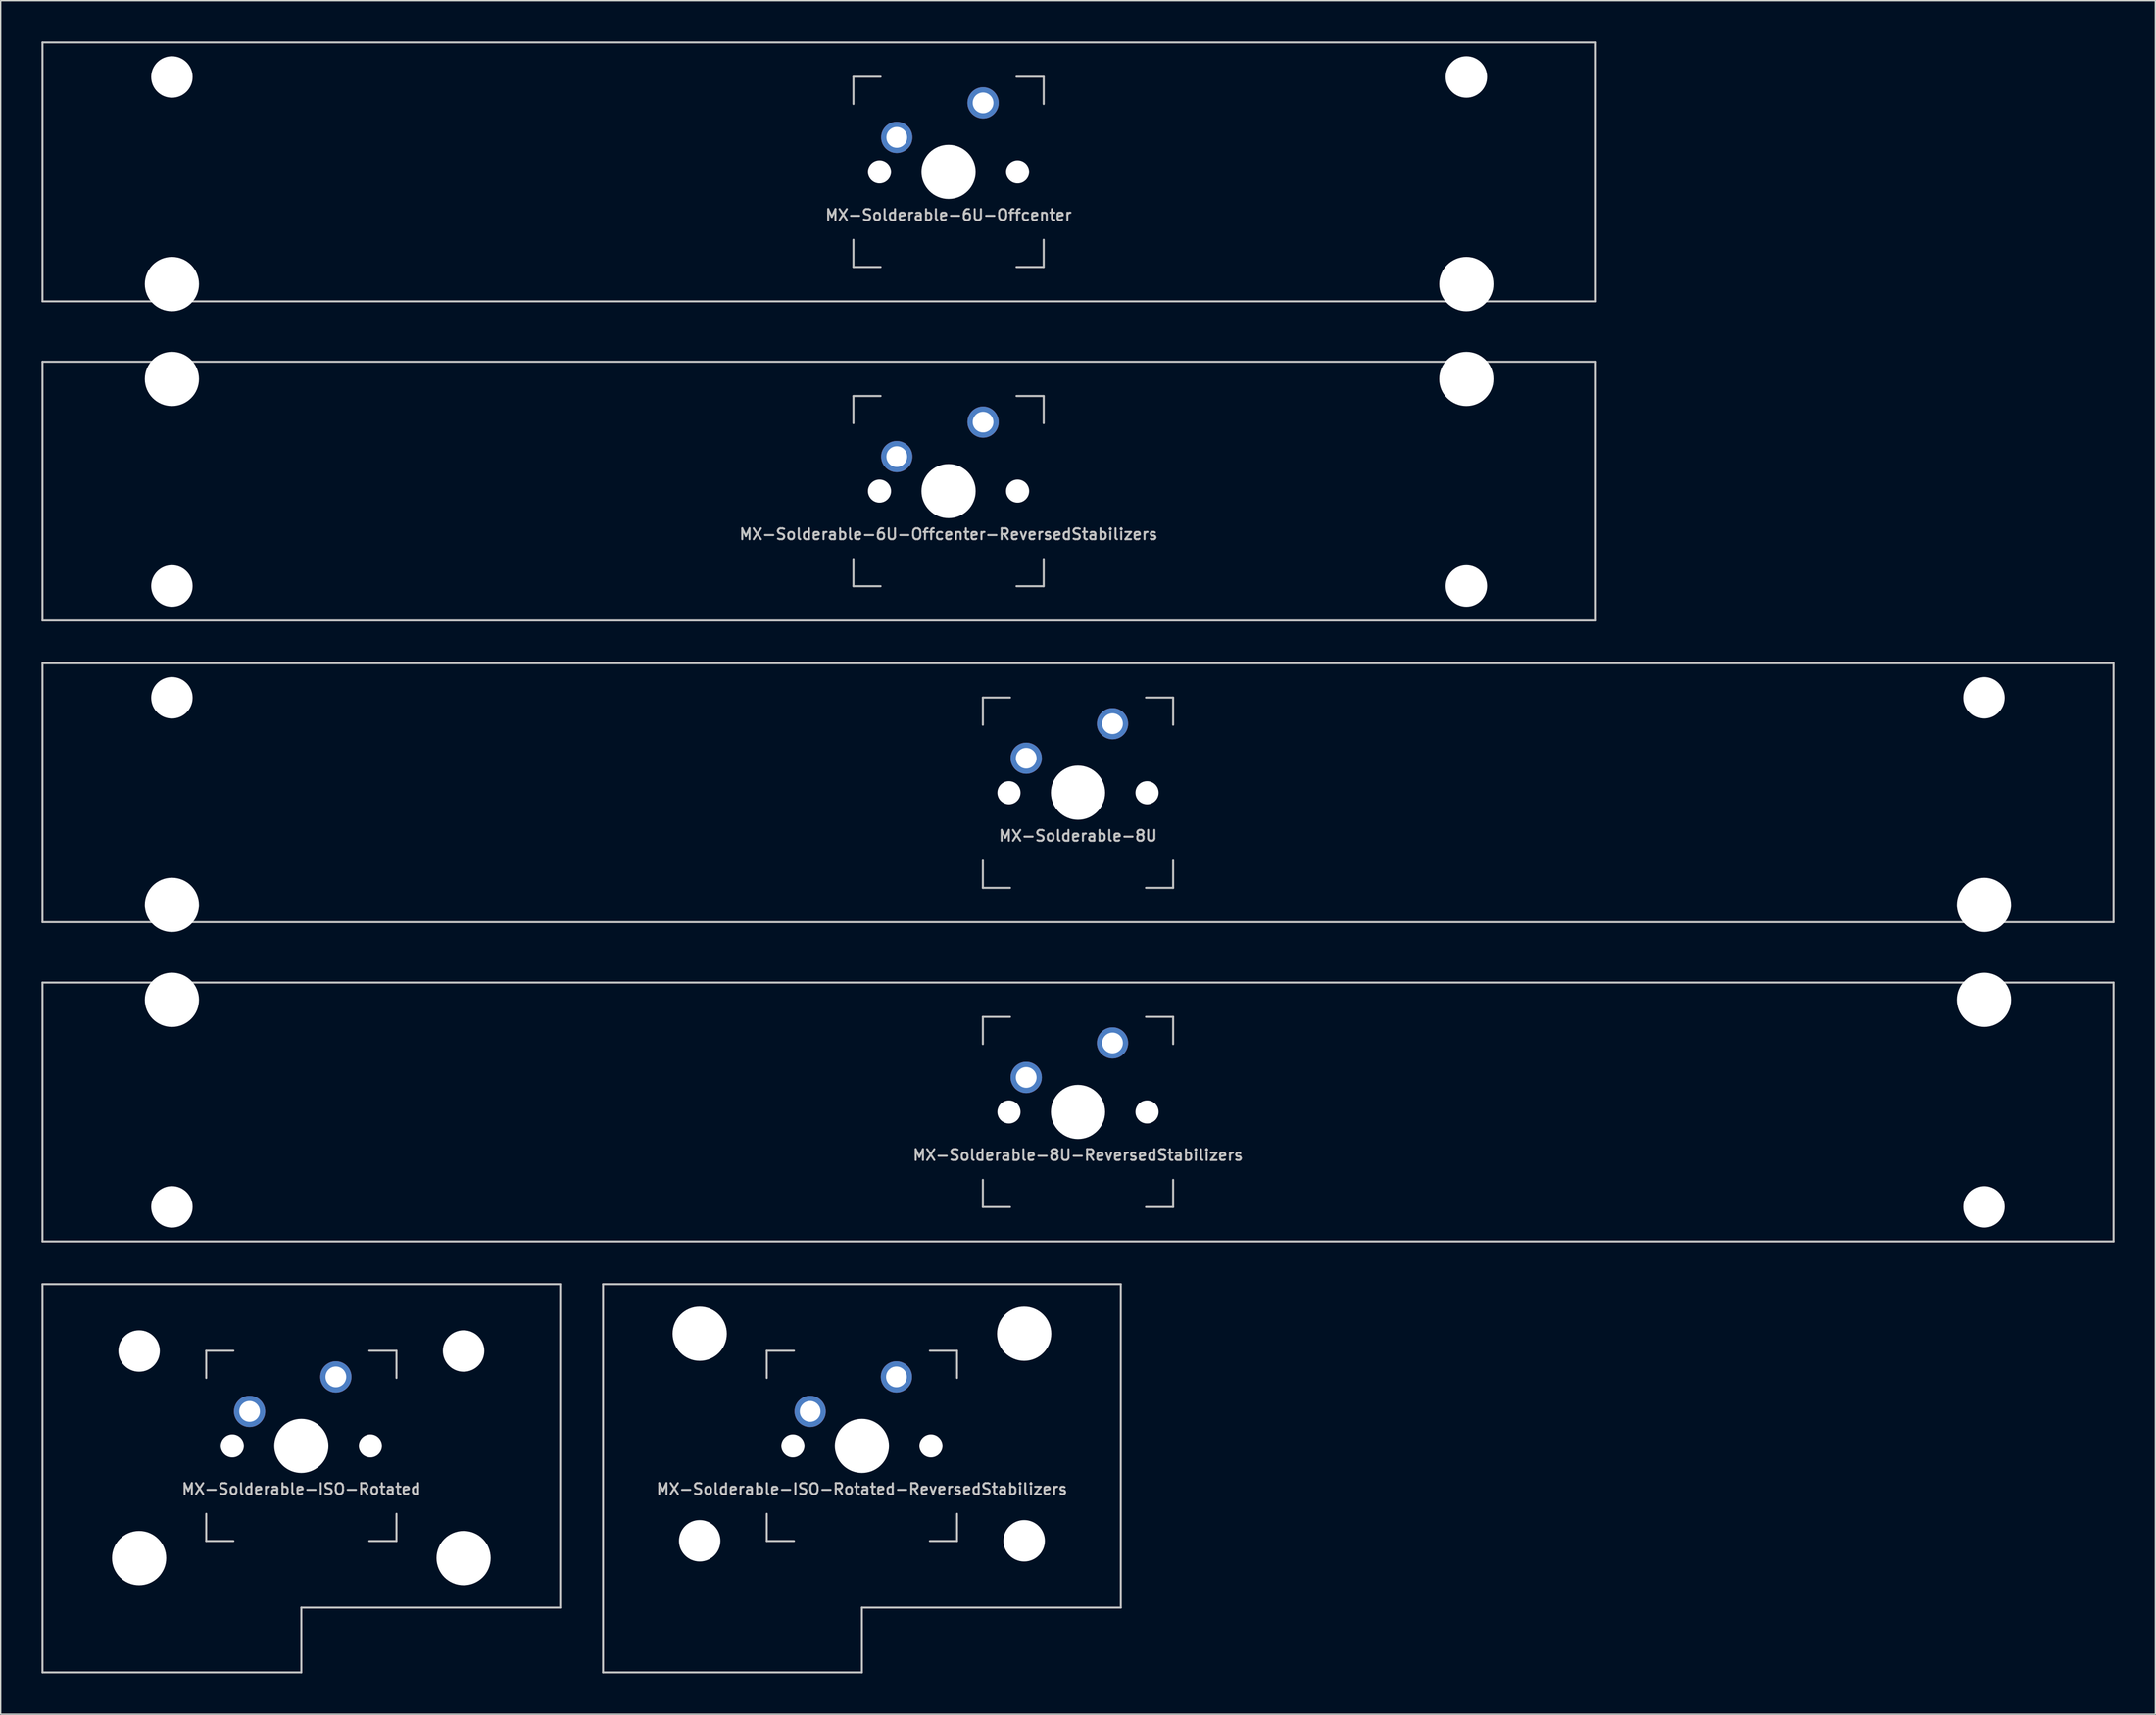
<source format=kicad_pcb>
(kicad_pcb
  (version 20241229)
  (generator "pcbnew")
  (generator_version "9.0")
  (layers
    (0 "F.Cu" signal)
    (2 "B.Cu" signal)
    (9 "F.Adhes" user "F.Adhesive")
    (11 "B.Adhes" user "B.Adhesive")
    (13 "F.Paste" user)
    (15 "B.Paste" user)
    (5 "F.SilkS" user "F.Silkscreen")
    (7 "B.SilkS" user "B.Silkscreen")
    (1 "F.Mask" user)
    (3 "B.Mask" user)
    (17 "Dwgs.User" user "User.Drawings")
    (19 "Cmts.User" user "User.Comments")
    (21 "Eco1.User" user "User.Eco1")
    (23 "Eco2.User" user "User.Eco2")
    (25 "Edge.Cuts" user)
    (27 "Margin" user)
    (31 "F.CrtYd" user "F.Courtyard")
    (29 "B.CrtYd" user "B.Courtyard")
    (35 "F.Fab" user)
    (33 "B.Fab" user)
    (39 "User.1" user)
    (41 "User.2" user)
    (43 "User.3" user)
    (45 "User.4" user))
  (footprint "MX-Solderable-8U"
    (layer "F.Cu")
    (at 76.275 55.298)
    (property "Reference" "MX-Solderable-8U" (at 0 3.175 0) (layer "Dwgs.User") (effects (font (size 0.8 0.8) (thickness 0.15))))
    (attr through_hole)
    (fp_line (start -76.2 9.525) (end -76.2 -9.525) (stroke (width 0.15) (type solid)) (layer "Dwgs.User"))
    (fp_line (start -7 -7) (end -7 -5) (stroke (width 0.15) (type solid)) (layer "Dwgs.User"))
    (fp_line (start -7 5) (end -7 7) (stroke (width 0.15) (type solid)) (layer "Dwgs.User"))
    (fp_line (start -7 7) (end -5 7) (stroke (width 0.15) (type solid)) (layer "Dwgs.User"))
    (fp_line (start -5 -7) (end -7 -7) (stroke (width 0.15) (type solid)) (layer "Dwgs.User"))
    (fp_line (start 5 -7) (end 7 -7) (stroke (width 0.15) (type solid)) (layer "Dwgs.User"))
    (fp_line (start 5 7) (end 7 7) (stroke (width 0.15) (type solid)) (layer "Dwgs.User"))
    (fp_line (start 7 -7) (end 7 -5) (stroke (width 0.15) (type solid)) (layer "Dwgs.User"))
    (fp_line (start 7 7) (end 7 5) (stroke (width 0.15) (type solid)) (layer "Dwgs.User"))
    (fp_line (start 76.2 -9.525) (end -76.2 -9.525) (stroke (width 0.15) (type solid)) (layer "Dwgs.User"))
    (fp_line (start 76.2 9.525) (end -76.2 9.525) (stroke (width 0.15) (type solid)) (layer "Dwgs.User"))
    (fp_line (start 76.2 9.525) (end 76.2 -9.525) (stroke (width 0.15) (type solid)) (layer "Dwgs.User"))
    (pad "" np_thru_hole circle (at -66.675 -6.985) (size 3.048 3.048) (drill 3.048) (layers "*.Cu" "*.Mask"))
    (pad "" np_thru_hole circle (at -66.675 8.255) (size 3.988 3.988) (drill 3.988) (layers "*.Cu" "*.Mask"))
    (pad "" np_thru_hole circle (at -5.08 0 48.099) (size 1.702 1.702) (drill 1.702) (layers "*.Cu" "*.Mask"))
    (pad "" np_thru_hole circle (at 0 0) (size 3.988 3.988) (drill 3.988) (layers "*.Cu" "*.Mask"))
    (pad "" np_thru_hole circle (at 5.08 0 48.099) (size 1.702 1.702) (drill 1.702) (layers "*.Cu" "*.Mask"))
    (pad "" np_thru_hole circle (at 66.675 -6.985) (size 3.048 3.048) (drill 3.048) (layers "*.Cu" "*.Mask"))
    (pad "" np_thru_hole circle (at 66.675 8.255) (size 3.988 3.988) (drill 3.988) (layers "*.Cu" "*.Mask"))
    (pad "1" thru_hole circle (at -3.81 -2.54) (size 2.3 2.3) (drill 1.524) (layers "*.Cu" "B.Mask"))
    (pad "2" thru_hole circle (at 2.54 -5.08) (size 2.3 2.3) (drill 1.524) (layers "*.Cu" "B.Mask")))
  (footprint "MX-Solderable-8U-ReversedStabilizers"
    (layer "F.Cu")
    (at 76.275 78.796)
    (property "Reference" "MX-Solderable-8U-ReversedStabilizers" (at 0 3.175 0) (layer "Dwgs.User") (effects (font (size 0.8 0.8) (thickness 0.15))))
    (attr through_hole)
    (fp_line (start -76.2 9.525) (end -76.2 -9.525) (stroke (width 0.15) (type solid)) (layer "Dwgs.User"))
    (fp_line (start -7 -7) (end -7 -5) (stroke (width 0.15) (type solid)) (layer "Dwgs.User"))
    (fp_line (start -7 5) (end -7 7) (stroke (width 0.15) (type solid)) (layer "Dwgs.User"))
    (fp_line (start -7 7) (end -5 7) (stroke (width 0.15) (type solid)) (layer "Dwgs.User"))
    (fp_line (start -5 -7) (end -7 -7) (stroke (width 0.15) (type solid)) (layer "Dwgs.User"))
    (fp_line (start 5 -7) (end 7 -7) (stroke (width 0.15) (type solid)) (layer "Dwgs.User"))
    (fp_line (start 5 7) (end 7 7) (stroke (width 0.15) (type solid)) (layer "Dwgs.User"))
    (fp_line (start 7 -7) (end 7 -5) (stroke (width 0.15) (type solid)) (layer "Dwgs.User"))
    (fp_line (start 7 7) (end 7 5) (stroke (width 0.15) (type solid)) (layer "Dwgs.User"))
    (fp_line (start 76.2 -9.525) (end -76.2 -9.525) (stroke (width 0.15) (type solid)) (layer "Dwgs.User"))
    (fp_line (start 76.2 9.525) (end -76.2 9.525) (stroke (width 0.15) (type solid)) (layer "Dwgs.User"))
    (fp_line (start 76.2 9.525) (end 76.2 -9.525) (stroke (width 0.15) (type solid)) (layer "Dwgs.User"))
    (pad "" np_thru_hole circle (at -66.675 -8.255) (size 3.988 3.988) (drill 3.988) (layers "*.Cu" "*.Mask"))
    (pad "" np_thru_hole circle (at -66.675 6.985) (size 3.048 3.048) (drill 3.048) (layers "*.Cu" "*.Mask"))
    (pad "" np_thru_hole circle (at -5.08 0 48.099) (size 1.702 1.702) (drill 1.702) (layers "*.Cu" "*.Mask"))
    (pad "" np_thru_hole circle (at 0 0) (size 3.988 3.988) (drill 3.988) (layers "*.Cu" "*.Mask"))
    (pad "" np_thru_hole circle (at 5.08 0 48.099) (size 1.702 1.702) (drill 1.702) (layers "*.Cu" "*.Mask"))
    (pad "" np_thru_hole circle (at 66.675 -8.255) (size 3.988 3.988) (drill 3.988) (layers "*.Cu" "*.Mask"))
    (pad "" np_thru_hole circle (at 66.675 6.985) (size 3.048 3.048) (drill 3.048) (layers "*.Cu" "*.Mask"))
    (pad "1" thru_hole circle (at -3.81 -2.54) (size 2.3 2.3) (drill 1.524) (layers "*.Cu" "B.Mask"))
    (pad "2" thru_hole circle (at 2.54 -5.08) (size 2.3 2.3) (drill 1.524) (layers "*.Cu" "B.Mask")))
  (footprint "MX-Solderable-6U-Offcenter"
    (layer "F.Cu")
    (at 66.75 9.6)
    (property "Reference" "MX-Solderable-6U-Offcenter" (at 0 3.175 0) (layer "Dwgs.User") (effects (font (size 0.8 0.8) (thickness 0.15))))
    (attr through_hole)
    (fp_line (start -66.675 -9.525) (end 47.625 -9.525) (stroke (width 0.15) (type solid)) (layer "Dwgs.User"))
    (fp_line (start -66.675 9.525) (end -66.675 -9.525) (stroke (width 0.15) (type solid)) (layer "Dwgs.User"))
    (fp_line (start -66.675 9.525) (end 47.625 9.525) (stroke (width 0.15) (type solid)) (layer "Dwgs.User"))
    (fp_line (start -7 -7) (end -7 -5) (stroke (width 0.15) (type solid)) (layer "Dwgs.User"))
    (fp_line (start -7 5) (end -7 7) (stroke (width 0.15) (type solid)) (layer "Dwgs.User"))
    (fp_line (start -7 7) (end -5 7) (stroke (width 0.15) (type solid)) (layer "Dwgs.User"))
    (fp_line (start -5 -7) (end -7 -7) (stroke (width 0.15) (type solid)) (layer "Dwgs.User"))
    (fp_line (start 5 -7) (end 7 -7) (stroke (width 0.15) (type solid)) (layer "Dwgs.User"))
    (fp_line (start 5 7) (end 7 7) (stroke (width 0.15) (type solid)) (layer "Dwgs.User"))
    (fp_line (start 7 -7) (end 7 -5) (stroke (width 0.15) (type solid)) (layer "Dwgs.User"))
    (fp_line (start 7 7) (end 7 5) (stroke (width 0.15) (type solid)) (layer "Dwgs.User"))
    (fp_line (start 47.625 9.525) (end 47.625 -9.525) (stroke (width 0.15) (type solid)) (layer "Dwgs.User"))
    (pad "" np_thru_hole circle (at -57.15 -6.985) (size 3.048 3.048) (drill 3.048) (layers "*.Cu" "*.Mask"))
    (pad "" np_thru_hole circle (at -57.15 8.255) (size 3.988 3.988) (drill 3.988) (layers "*.Cu" "*.Mask"))
    (pad "" np_thru_hole circle (at -5.08 0 48.099) (size 1.702 1.702) (drill 1.702) (layers "*.Cu" "*.Mask"))
    (pad "" np_thru_hole circle (at 0 0) (size 3.988 3.988) (drill 3.988) (layers "*.Cu" "*.Mask"))
    (pad "" np_thru_hole circle (at 5.08 0 48.099) (size 1.702 1.702) (drill 1.702) (layers "*.Cu" "*.Mask"))
    (pad "" np_thru_hole circle (at 38.1 -6.985) (size 3.048 3.048) (drill 3.048) (layers "*.Cu" "*.Mask"))
    (pad "" np_thru_hole circle (at 38.1 8.255) (size 3.988 3.988) (drill 3.988) (layers "*.Cu" "*.Mask"))
    (pad "1" thru_hole circle (at -3.81 -2.54) (size 2.3 2.3) (drill 1.524) (layers "*.Cu" "B.Mask"))
    (pad "2" thru_hole circle (at 2.54 -5.08) (size 2.3 2.3) (drill 1.524) (layers "*.Cu" "B.Mask")))
  (footprint "MX-Solderable-ISO-Rotated"
    (layer "F.Cu")
    (at 19.125 103.377)
    (property "Reference" "MX-Solderable-ISO-Rotated" (at 0 3.175 0) (layer "Dwgs.User") (effects (font (size 0.8 0.8) (thickness 0.15))))
    (attr through_hole)
    (fp_line (start -19.05 -11.906) (end 19.05 -11.906) (stroke (width 0.15) (type solid)) (layer "Dwgs.User"))
    (fp_line (start -19.05 16.669) (end -19.05 -11.906) (stroke (width 0.15) (type solid)) (layer "Dwgs.User"))
    (fp_line (start -19.05 16.669) (end 0 16.669) (stroke (width 0.15) (type solid)) (layer "Dwgs.User"))
    (fp_line (start -7 -7) (end -7 -5) (stroke (width 0.15) (type solid)) (layer "Dwgs.User"))
    (fp_line (start -7 5) (end -7 7) (stroke (width 0.15) (type solid)) (layer "Dwgs.User"))
    (fp_line (start -7 7) (end -5 7) (stroke (width 0.15) (type solid)) (layer "Dwgs.User"))
    (fp_line (start -5 -7) (end -7 -7) (stroke (width 0.15) (type solid)) (layer "Dwgs.User"))
    (fp_line (start 0 11.906) (end 0 16.669) (stroke (width 0.15) (type solid)) (layer "Dwgs.User"))
    (fp_line (start 5 -7) (end 7 -7) (stroke (width 0.15) (type solid)) (layer "Dwgs.User"))
    (fp_line (start 5 7) (end 7 7) (stroke (width 0.15) (type solid)) (layer "Dwgs.User"))
    (fp_line (start 7 -7) (end 7 -5) (stroke (width 0.15) (type solid)) (layer "Dwgs.User"))
    (fp_line (start 7 7) (end 7 5) (stroke (width 0.15) (type solid)) (layer "Dwgs.User"))
    (fp_line (start 19.05 11.906) (end 0 11.906) (stroke (width 0.15) (type solid)) (layer "Dwgs.User"))
    (fp_line (start 19.05 11.906) (end 19.05 -11.906) (stroke (width 0.15) (type solid)) (layer "Dwgs.User"))
    (pad "" np_thru_hole circle (at -11.938 -6.985) (size 3.048 3.048) (drill 3.048) (layers "*.Cu" "*.Mask"))
    (pad "" np_thru_hole circle (at -11.938 8.255) (size 3.988 3.988) (drill 3.988) (layers "*.Cu" "*.Mask"))
    (pad "" np_thru_hole circle (at -5.08 0 48.099) (size 1.702 1.702) (drill 1.702) (layers "*.Cu" "*.Mask"))
    (pad "" np_thru_hole circle (at 0 0) (size 3.988 3.988) (drill 3.988) (layers "*.Cu" "*.Mask"))
    (pad "" np_thru_hole circle (at 5.08 0 48.099) (size 1.702 1.702) (drill 1.702) (layers "*.Cu" "*.Mask"))
    (pad "" np_thru_hole circle (at 11.938 -6.985) (size 3.048 3.048) (drill 3.048) (layers "*.Cu" "*.Mask"))
    (pad "" np_thru_hole circle (at 11.938 8.255) (size 3.988 3.988) (drill 3.988) (layers "*.Cu" "*.Mask"))
    (pad "1" thru_hole circle (at -3.81 -2.54) (size 2.3 2.3) (drill 1.524) (layers "*.Cu" "B.Mask"))
    (pad "2" thru_hole circle (at 2.54 -5.08) (size 2.3 2.3) (drill 1.524) (layers "*.Cu" "B.Mask")))
  (footprint "MX-Solderable-6U-Offcenter-ReversedStabilizers"
    (layer "F.Cu")
    (at 66.75 33.098)
    (property "Reference" "MX-Solderable-6U-Offcenter-ReversedStabilizers" (at 0 3.175 0) (layer "Dwgs.User") (effects (font (size 0.8 0.8) (thickness 0.15))))
    (attr through_hole)
    (fp_line (start -66.675 -9.525) (end 47.625 -9.525) (stroke (width 0.15) (type solid)) (layer "Dwgs.User"))
    (fp_line (start -66.675 9.525) (end -66.675 -9.525) (stroke (width 0.15) (type solid)) (layer "Dwgs.User"))
    (fp_line (start -66.675 9.525) (end 47.625 9.525) (stroke (width 0.15) (type solid)) (layer "Dwgs.User"))
    (fp_line (start -7 -7) (end -7 -5) (stroke (width 0.15) (type solid)) (layer "Dwgs.User"))
    (fp_line (start -7 5) (end -7 7) (stroke (width 0.15) (type solid)) (layer "Dwgs.User"))
    (fp_line (start -7 7) (end -5 7) (stroke (width 0.15) (type solid)) (layer "Dwgs.User"))
    (fp_line (start -5 -7) (end -7 -7) (stroke (width 0.15) (type solid)) (layer "Dwgs.User"))
    (fp_line (start 5 -7) (end 7 -7) (stroke (width 0.15) (type solid)) (layer "Dwgs.User"))
    (fp_line (start 5 7) (end 7 7) (stroke (width 0.15) (type solid)) (layer "Dwgs.User"))
    (fp_line (start 7 -7) (end 7 -5) (stroke (width 0.15) (type solid)) (layer "Dwgs.User"))
    (fp_line (start 7 7) (end 7 5) (stroke (width 0.15) (type solid)) (layer "Dwgs.User"))
    (fp_line (start 47.625 9.525) (end 47.625 -9.525) (stroke (width 0.15) (type solid)) (layer "Dwgs.User"))
    (pad "" np_thru_hole circle (at -57.15 -8.255) (size 3.988 3.988) (drill 3.988) (layers "*.Cu" "*.Mask"))
    (pad "" np_thru_hole circle (at -57.15 6.985) (size 3.048 3.048) (drill 3.048) (layers "*.Cu" "*.Mask"))
    (pad "" np_thru_hole circle (at -5.08 0 48.099) (size 1.702 1.702) (drill 1.702) (layers "*.Cu" "*.Mask"))
    (pad "" np_thru_hole circle (at 0 0) (size 3.988 3.988) (drill 3.988) (layers "*.Cu" "*.Mask"))
    (pad "" np_thru_hole circle (at 5.08 0 48.099) (size 1.702 1.702) (drill 1.702) (layers "*.Cu" "*.Mask"))
    (pad "" np_thru_hole circle (at 38.1 -8.255) (size 3.988 3.988) (drill 3.988) (layers "*.Cu" "*.Mask"))
    (pad "" np_thru_hole circle (at 38.1 6.985) (size 3.048 3.048) (drill 3.048) (layers "*.Cu" "*.Mask"))
    (pad "1" thru_hole circle (at -3.81 -2.54) (size 2.3 2.3) (drill 1.524) (layers "*.Cu" "B.Mask"))
    (pad "2" thru_hole circle (at 2.54 -5.08) (size 2.3 2.3) (drill 1.524) (layers "*.Cu" "B.Mask")))
  (footprint "MX-Solderable-ISO-Rotated-ReversedStabilizers"
    (layer "F.Cu")
    (at 60.375 103.377)
    (property "Reference" "MX-Solderable-ISO-Rotated-ReversedStabilizers" (at 0 3.175 0) (layer "Dwgs.User") (effects (font (size 0.8 0.8) (thickness 0.15))))
    (attr through_hole)
    (fp_line (start -19.05 -11.906) (end 19.05 -11.906) (stroke (width 0.15) (type solid)) (layer "Dwgs.User"))
    (fp_line (start -19.05 16.669) (end -19.05 -11.906) (stroke (width 0.15) (type solid)) (layer "Dwgs.User"))
    (fp_line (start -19.05 16.669) (end 0 16.669) (stroke (width 0.15) (type solid)) (layer "Dwgs.User"))
    (fp_line (start -7 -7) (end -7 -5) (stroke (width 0.15) (type solid)) (layer "Dwgs.User"))
    (fp_line (start -7 5) (end -7 7) (stroke (width 0.15) (type solid)) (layer "Dwgs.User"))
    (fp_line (start -7 7) (end -5 7) (stroke (width 0.15) (type solid)) (layer "Dwgs.User"))
    (fp_line (start -5 -7) (end -7 -7) (stroke (width 0.15) (type solid)) (layer "Dwgs.User"))
    (fp_line (start 0 11.906) (end 0 16.669) (stroke (width 0.15) (type solid)) (layer "Dwgs.User"))
    (fp_line (start 5 -7) (end 7 -7) (stroke (width 0.15) (type solid)) (layer "Dwgs.User"))
    (fp_line (start 5 7) (end 7 7) (stroke (width 0.15) (type solid)) (layer "Dwgs.User"))
    (fp_line (start 7 -7) (end 7 -5) (stroke (width 0.15) (type solid)) (layer "Dwgs.User"))
    (fp_line (start 7 7) (end 7 5) (stroke (width 0.15) (type solid)) (layer "Dwgs.User"))
    (fp_line (start 19.05 11.906) (end 0 11.906) (stroke (width 0.15) (type solid)) (layer "Dwgs.User"))
    (fp_line (start 19.05 11.906) (end 19.05 -11.906) (stroke (width 0.15) (type solid)) (layer "Dwgs.User"))
    (pad "" np_thru_hole circle (at -11.938 -8.255) (size 3.988 3.988) (drill 3.988) (layers "*.Cu" "*.Mask"))
    (pad "" np_thru_hole circle (at -11.938 6.985) (size 3.048 3.048) (drill 3.048) (layers "*.Cu" "*.Mask"))
    (pad "" np_thru_hole circle (at -5.08 0 48.099) (size 1.702 1.702) (drill 1.702) (layers "*.Cu" "*.Mask"))
    (pad "" np_thru_hole circle (at 0 0) (size 3.988 3.988) (drill 3.988) (layers "*.Cu" "*.Mask"))
    (pad "" np_thru_hole circle (at 5.08 0 48.099) (size 1.702 1.702) (drill 1.702) (layers "*.Cu" "*.Mask"))
    (pad "" np_thru_hole circle (at 11.938 -8.255) (size 3.988 3.988) (drill 3.988) (layers "*.Cu" "*.Mask"))
    (pad "" np_thru_hole circle (at 11.938 6.985) (size 3.048 3.048) (drill 3.048) (layers "*.Cu" "*.Mask"))
    (pad "1" thru_hole circle (at -3.81 -2.54) (size 2.3 2.3) (drill 1.524) (layers "*.Cu" "B.Mask"))
    (pad "2" thru_hole circle (at 2.54 -5.08) (size 2.3 2.3) (drill 1.524) (layers "*.Cu" "B.Mask")))
  (gr_rect
    (start -3 -3)
    (end 155.55 123.121)
    (stroke (width 0.1) (type default))
    (fill no)
    (layer "Edge.Cuts")))
</source>
